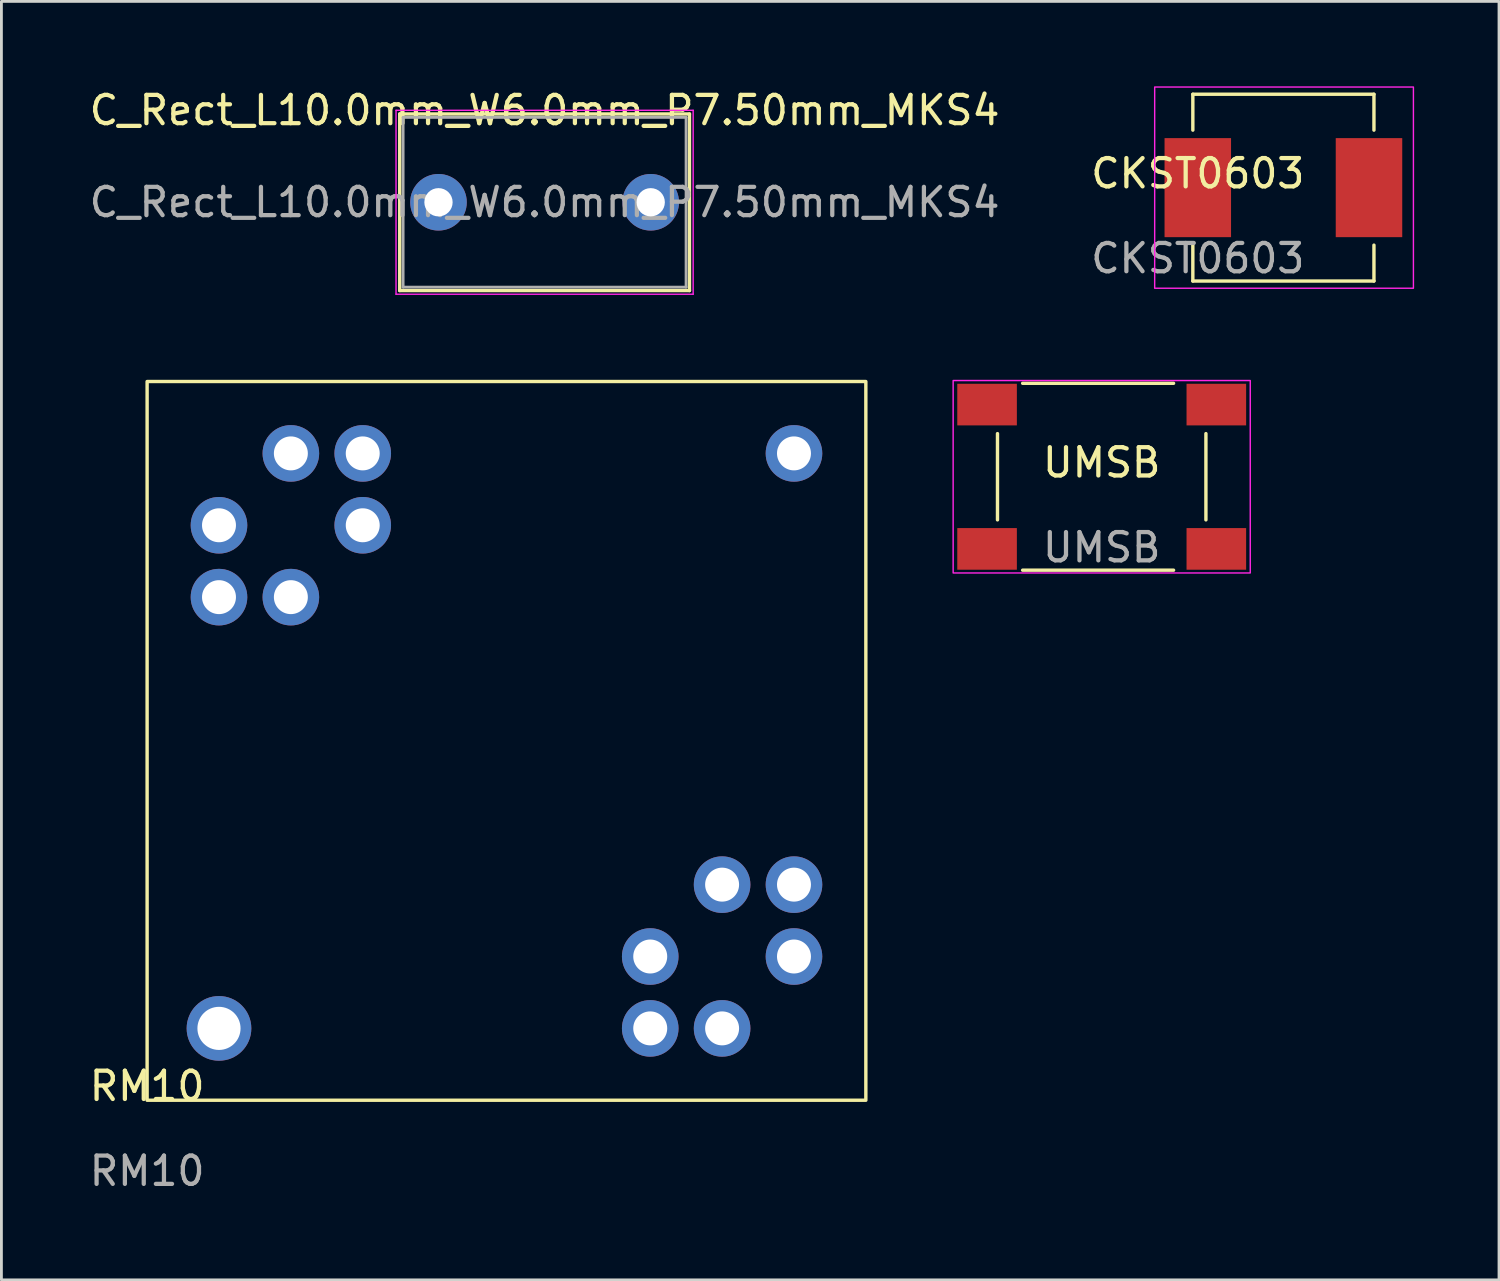
<source format=kicad_pcb>
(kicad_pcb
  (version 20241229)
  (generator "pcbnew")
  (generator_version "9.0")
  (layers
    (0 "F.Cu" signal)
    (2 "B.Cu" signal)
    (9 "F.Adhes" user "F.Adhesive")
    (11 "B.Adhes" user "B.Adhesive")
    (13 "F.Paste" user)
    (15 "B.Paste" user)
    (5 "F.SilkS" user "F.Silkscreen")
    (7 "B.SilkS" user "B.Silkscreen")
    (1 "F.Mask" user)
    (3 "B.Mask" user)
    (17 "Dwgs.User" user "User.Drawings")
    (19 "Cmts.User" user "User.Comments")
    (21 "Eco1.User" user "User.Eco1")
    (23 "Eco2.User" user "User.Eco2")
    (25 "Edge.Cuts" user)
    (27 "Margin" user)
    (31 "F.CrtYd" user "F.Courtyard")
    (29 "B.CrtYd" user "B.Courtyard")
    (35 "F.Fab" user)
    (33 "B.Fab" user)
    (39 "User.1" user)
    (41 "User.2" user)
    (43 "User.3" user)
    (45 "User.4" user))
  (footprint "C_Rect_L10.0mm_W6.0mm_P7.50mm_MKS4"
    (layer "F.Cu")
    (at 12.446 4.098)
    (property "Reference" "C_Rect_L10.0mm_W6.0mm_P7.50mm_MKS4" (at 3.75 -3.25 0) (layer "F.SilkS") (effects (font (size 1 1) (thickness 0.15))))
    (attr through_hole)
    (fp_line (start -1.37 -3.12) (end -1.37 3.12) (stroke (width 0.12) (type solid)) (layer "F.SilkS"))
    (fp_line (start -1.37 -3.12) (end 8.87 -3.12) (stroke (width 0.12) (type solid)) (layer "F.SilkS"))
    (fp_line (start -1.37 3.12) (end 8.87 3.12) (stroke (width 0.12) (type solid)) (layer "F.SilkS"))
    (fp_line (start 8.87 -3.12) (end 8.87 3.12) (stroke (width 0.12) (type solid)) (layer "F.SilkS"))
    (fp_line (start -1.5 -3.25) (end -1.5 3.25) (stroke (width 0.05) (type solid)) (layer "F.CrtYd"))
    (fp_line (start -1.5 3.25) (end 9 3.25) (stroke (width 0.05) (type solid)) (layer "F.CrtYd"))
    (fp_line (start 9 -3.25) (end -1.5 -3.25) (stroke (width 0.05) (type solid)) (layer "F.CrtYd"))
    (fp_line (start 9 3.25) (end 9 -3.25) (stroke (width 0.05) (type solid)) (layer "F.CrtYd"))
    (fp_line (start -1.25 -3) (end -1.25 3) (stroke (width 0.1) (type solid)) (layer "F.Fab"))
    (fp_line (start -1.25 3) (end 8.75 3) (stroke (width 0.1) (type solid)) (layer "F.Fab"))
    (fp_line (start 8.75 -3) (end -1.25 -3) (stroke (width 0.1) (type solid)) (layer "F.Fab"))
    (fp_line (start 8.75 3) (end 8.75 -3) (stroke (width 0.1) (type solid)) (layer "F.Fab"))
    (fp_text user "${REFERENCE}" (at 3.75 0 0) (layer "F.Fab") (effects (font (size 1 1) (thickness 0.15))))
    (pad "1" thru_hole circle (at 0 0) (size 2 2) (drill 1) (layers "*.Cu" "*.Mask"))
    (pad "2" thru_hole circle (at 7.5 0) (size 2 2) (drill 1) (layers "*.Cu" "*.Mask")))
  (footprint "CKST0603"
    (layer "F.Cu")
    (at 39.28 3.581)
    (property "Reference" "CKST0603" (at 0 -0.5 0) (unlocked yes) (layer "F.SilkS") (effects (font (size 1 1) (thickness 0.15))))
    (attr smd)
    (fp_line (start -0.175 -3.3) (end 6.225 -3.3) (stroke (width 0.12) (type default)) (layer "F.SilkS"))
    (fp_line (start -0.175 -2.032) (end -0.175 -3.3) (stroke (width 0.12) (type default)) (layer "F.SilkS"))
    (fp_line (start -0.175 2.032) (end -0.175 3.3) (stroke (width 0.12) (type default)) (layer "F.SilkS"))
    (fp_line (start -0.175 3.3) (end 6.225 3.3) (stroke (width 0.12) (type default)) (layer "F.SilkS"))
    (fp_line (start 6.225 -2.032) (end 6.225 -3.3) (stroke (width 0.12) (type default)) (layer "F.SilkS"))
    (fp_line (start 6.225 2.032) (end 6.225 3.3) (stroke (width 0.12) (type default)) (layer "F.SilkS"))
    (fp_rect (start -1.524 -3.556) (end 7.62 3.556) (stroke (width 0.05) (type default)) (fill no) (layer "F.CrtYd"))
    (fp_text user "${REFERENCE}" (at 0 2.5 0) (unlocked yes) (layer "F.Fab") (effects (font (size 1 1) (thickness 0.15))))
    (pad "1" smd rect (at 0 0) (size 2.35 3.5) (layers "F.Cu" "F.Mask" "F.Paste"))
    (pad "2" smd rect (at 6.05 0) (size 2.35 3.5) (layers "F.Cu" "F.Mask" "F.Paste")))
  (footprint "RM10"
    (layer "F.Cu")
    (at 2.149 35.833)
    (property "Reference" "RM10" (at 0 -0.5 0) (unlocked yes) (layer "F.SilkS") (effects (font (size 1 1) (thickness 0.15))))
    (attr through_hole)
    (fp_rect (start 0 -25.4) (end 25.4 0) (stroke (width 0.12) (type default)) (fill no) (layer "F.SilkS"))
    (fp_text user "${REFERENCE}" (at 0 2.5 0) (unlocked yes) (layer "F.Fab") (effects (font (size 1 1) (thickness 0.15))))
    (pad "1" thru_hole circle (at 2.54 -20.32) (size 2 2) (drill 1.2) (layers "*.Cu" "*.Mask"))
    (pad "2" thru_hole circle (at 2.54 -17.78) (size 2 2) (drill 1.2) (layers "*.Cu" "*.Mask"))
    (pad "3" thru_hole circle (at 2.54 -2.54) (size 2.286 2.286) (drill 1.524) (layers "*.Cu" "*.Mask"))
    (pad "4" thru_hole circle (at 5.08 -22.86) (size 2 2) (drill 1.2) (layers "*.Cu" "*.Mask"))
    (pad "5" thru_hole circle (at 5.08 -17.78) (size 2 2) (drill 1.2) (layers "*.Cu" "*.Mask"))
    (pad "6" thru_hole circle (at 7.62 -22.86) (size 2 2) (drill 1.2) (layers "*.Cu" "*.Mask"))
    (pad "7" thru_hole circle (at 7.62 -20.32) (size 2 2) (drill 1.2) (layers "*.Cu" "*.Mask"))
    (pad "8" thru_hole circle (at 17.78 -5.08) (size 2 2) (drill 1.2) (layers "*.Cu" "*.Mask"))
    (pad "9" thru_hole circle (at 17.78 -2.54) (size 2 2) (drill 1.2) (layers "*.Cu" "*.Mask"))
    (pad "10" thru_hole circle (at 20.32 -7.62) (size 2 2) (drill 1.2) (layers "*.Cu" "*.Mask"))
    (pad "11" thru_hole circle (at 20.32 -2.54) (size 2 2) (drill 1.2) (layers "*.Cu" "*.Mask"))
    (pad "12" thru_hole circle (at 22.86 -22.86) (size 2 2) (drill 1.2) (layers "*.Cu" "*.Mask"))
    (pad "13" thru_hole circle (at 22.86 -7.62) (size 2 2) (drill 1.2) (layers "*.Cu" "*.Mask"))
    (pad "14" thru_hole circle (at 22.86 -5.08) (size 2 2) (drill 1.2) (layers "*.Cu" "*.Mask")))
  (footprint "UMSB"
    (layer "F.Cu")
    (at 35.884 13.798)
    (property "Reference" "UMSB" (at 0 -0.5 0) (unlocked yes) (layer "F.SilkS") (effects (font (size 1 1) (thickness 0.15))))
    (attr smd)
    (fp_line (start -3.683 -1.524) (end -3.683 1.524) (stroke (width 0.12) (type default)) (layer "F.SilkS"))
    (fp_line (start -2.794 -3.302) (end 2.54 -3.302) (stroke (width 0.12) (type default)) (layer "F.SilkS"))
    (fp_line (start -2.794 3.302) (end 2.54 3.302) (stroke (width 0.12) (type default)) (layer "F.SilkS"))
    (fp_line (start 3.683 -1.524) (end 3.683 1.524) (stroke (width 0.12) (type default)) (layer "F.SilkS"))
    (fp_rect (start -5.25 -3.4) (end 5.25 3.4) (stroke (width 0.05) (type default)) (fill no) (layer "F.CrtYd"))
    (fp_text user "${REFERENCE}" (at 0 2.5 0) (unlocked yes) (layer "F.Fab") (effects (font (size 1 1) (thickness 0.15))))
    (pad "1" smd rect (at -4.051 -2.55) (size 2.106 1.471) (layers "F.Cu" "F.Mask" "F.Paste"))
    (pad "2" smd rect (at -4.051 2.55) (size 2.106 1.471) (layers "F.Cu" "F.Mask" "F.Paste"))
    (pad "3" smd rect (at 4.051 2.55) (size 2.106 1.471) (layers "F.Cu" "F.Mask" "F.Paste"))
    (pad "4" smd rect (at 4.051 -2.55) (size 2.106 1.471) (layers "F.Cu" "F.Mask" "F.Paste")))
  (gr_rect
    (start -3 -3)
    (end 49.925 42.181)
    (stroke (width 0.1) (type default))
    (fill no)
    (layer "Edge.Cuts")))
</source>
